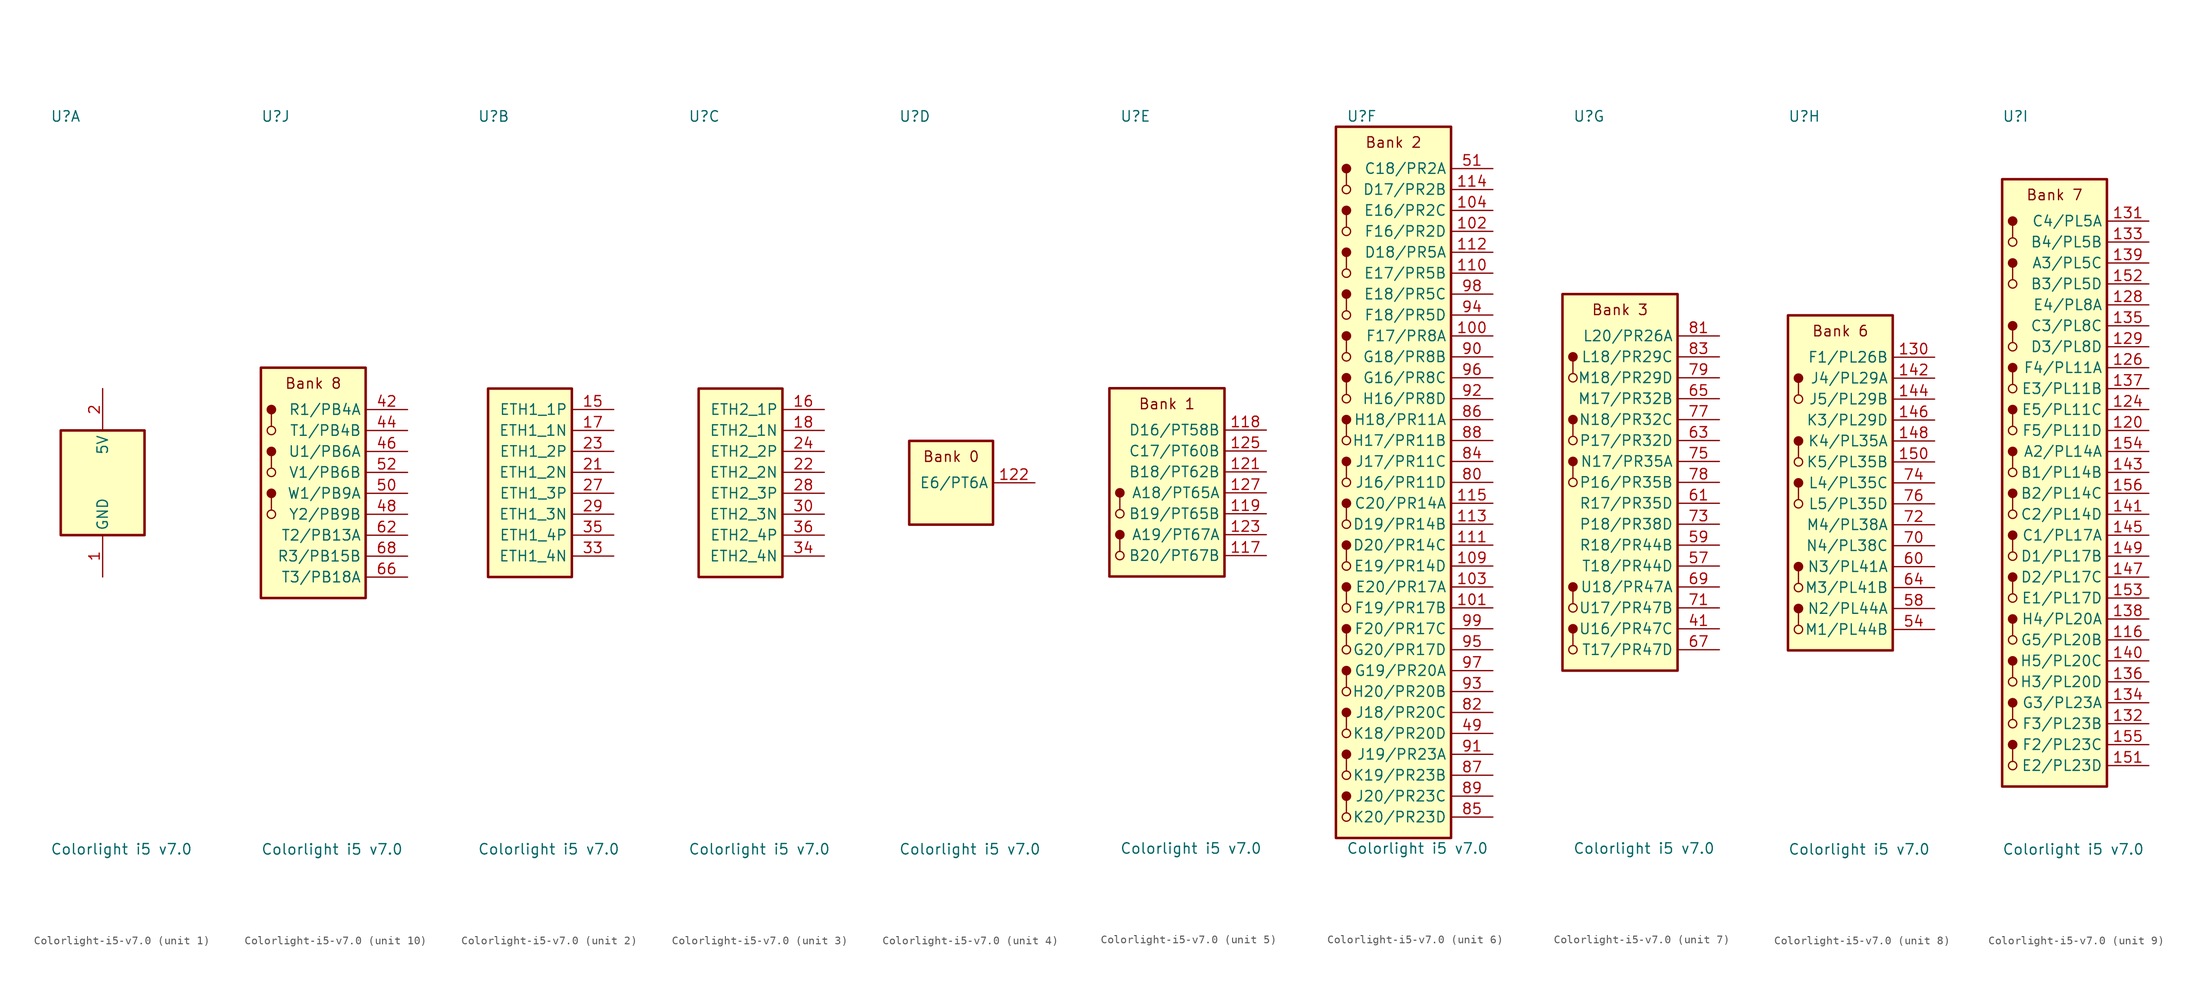
<source format=kicad_sym>
(kicad_symbol_lib
  (version 20231120)
  (generator "kicad_symbol_editor")
  (generator_version "8.0")
  (symbol "Colorlight-i5-v7.0"
    (property "Reference" "U"
      (at -6.35 44.45 0)
      (effects (font (size 1.27 1.27)) (justify left)))
    (property "Value" "Colorlight i5 v7.0"
      (at -6.35 -44.45 0)
      (effects (font (size 1.27 1.27)) (justify left)))
    (property "ki_locked" ""
      (at 0 0 0)
      (effects (font (size 1.27 1.27))))
    (symbol "Colorlight-i5-v7.0_1_1"
      (rectangle (start -5.08 6.35) (end 5.08 -6.35) (stroke (width 0.305) (type default)) (fill (type background)))
      (pin power_in line (at 0 -11.43 90) (length 5.08) (name "GND" (effects (font (size 1.27 1.27)))) (number "1" (effects (font (size 1.27 1.27)))))
      (pin passive line (at 0 11.43 270) (length 5.08) hide (name "5V" (effects (font (size 1.27 1.27)))) (number "10" (effects (font (size 1.27 1.27)))))
      (pin passive line (at 0 -11.43 90) (length 5.08) hide (name "GND" (effects (font (size 1.27 1.27)))) (number "105" (effects (font (size 1.27 1.27)))))
      (pin passive line (at 0 -11.43 90) (length 5.08) hide (name "GND" (effects (font (size 1.27 1.27)))) (number "106" (effects (font (size 1.27 1.27)))))
      (pin passive line (at 0 -11.43 90) (length 5.08) hide (name "GND" (effects (font (size 1.27 1.27)))) (number "107" (effects (font (size 1.27 1.27)))))
      (pin passive line (at 0 -11.43 90) (length 5.08) hide (name "GND" (effects (font (size 1.27 1.27)))) (number "108" (effects (font (size 1.27 1.27)))))
      (pin passive line (at 0 -11.43 90) (length 5.08) hide (name "GND" (effects (font (size 1.27 1.27)))) (number "11" (effects (font (size 1.27 1.27)))))
      (pin passive line (at 0 11.43 270) (length 5.08) hide (name "5V" (effects (font (size 1.27 1.27)))) (number "12" (effects (font (size 1.27 1.27)))))
      (pin no_connect line (at -5.08 0 0) (length 5.08) hide (name "NC" (effects (font (size 1.27 1.27)))) (number "13" (effects (font (size 1.27 1.27)))))
      (pin no_connect line (at -5.08 0 0) (length 5.08) hide (name "NC" (effects (font (size 1.27 1.27)))) (number "14" (effects (font (size 1.27 1.27)))))
      (pin passive line (at 0 -11.43 90) (length 5.08) hide (name "GND" (effects (font (size 1.27 1.27)))) (number "157" (effects (font (size 1.27 1.27)))))
      (pin passive line (at 0 -11.43 90) (length 5.08) hide (name "GND" (effects (font (size 1.27 1.27)))) (number "158" (effects (font (size 1.27 1.27)))))
      (pin no_connect line (at -5.08 0 0) (length 5.08) hide (name "NC" (effects (font (size 1.27 1.27)))) (number "159" (effects (font (size 1.27 1.27)))))
      (pin no_connect line (at -5.08 0 0) (length 5.08) hide (name "NC" (effects (font (size 1.27 1.27)))) (number "160" (effects (font (size 1.27 1.27)))))
      (pin no_connect line (at -5.08 0 0) (length 5.08) hide (name "NC" (effects (font (size 1.27 1.27)))) (number "161" (effects (font (size 1.27 1.27)))))
      (pin no_connect line (at -5.08 0 0) (length 5.08) hide (name "NC" (effects (font (size 1.27 1.27)))) (number "162" (effects (font (size 1.27 1.27)))))
      (pin no_connect line (at -5.08 0 0) (length 5.08) hide (name "NC" (effects (font (size 1.27 1.27)))) (number "163" (effects (font (size 1.27 1.27)))))
      (pin no_connect line (at -5.08 0 0) (length 5.08) hide (name "NC" (effects (font (size 1.27 1.27)))) (number "164" (effects (font (size 1.27 1.27)))))
      (pin no_connect line (at -5.08 0 0) (length 5.08) hide (name "NC" (effects (font (size 1.27 1.27)))) (number "165" (effects (font (size 1.27 1.27)))))
      (pin no_connect line (at -5.08 0 0) (length 5.08) hide (name "NC" (effects (font (size 1.27 1.27)))) (number "166" (effects (font (size 1.27 1.27)))))
      (pin no_connect line (at -5.08 0 0) (length 5.08) hide (name "NC" (effects (font (size 1.27 1.27)))) (number "167" (effects (font (size 1.27 1.27)))))
      (pin no_connect line (at -5.08 0 0) (length 5.08) hide (name "NC" (effects (font (size 1.27 1.27)))) (number "168" (effects (font (size 1.27 1.27)))))
      (pin no_connect line (at -5.08 0 0) (length 5.08) hide (name "NC" (effects (font (size 1.27 1.27)))) (number "169" (effects (font (size 1.27 1.27)))))
      (pin no_connect line (at -5.08 0 0) (length 5.08) hide (name "NC" (effects (font (size 1.27 1.27)))) (number "170" (effects (font (size 1.27 1.27)))))
      (pin no_connect line (at -5.08 0 0) (length 5.08) hide (name "NC" (effects (font (size 1.27 1.27)))) (number "171" (effects (font (size 1.27 1.27)))))
      (pin no_connect line (at -5.08 0 0) (length 5.08) hide (name "NC" (effects (font (size 1.27 1.27)))) (number "172" (effects (font (size 1.27 1.27)))))
      (pin no_connect line (at -5.08 0 0) (length 5.08) hide (name "NC" (effects (font (size 1.27 1.27)))) (number "173" (effects (font (size 1.27 1.27)))))
      (pin no_connect line (at -5.08 0 0) (length 5.08) hide (name "NC" (effects (font (size 1.27 1.27)))) (number "174" (effects (font (size 1.27 1.27)))))
      (pin no_connect line (at -5.08 0 0) (length 5.08) hide (name "NC" (effects (font (size 1.27 1.27)))) (number "175" (effects (font (size 1.27 1.27)))))
      (pin no_connect line (at -5.08 0 0) (length 5.08) hide (name "NC" (effects (font (size 1.27 1.27)))) (number "176" (effects (font (size 1.27 1.27)))))
      (pin no_connect line (at -5.08 0 0) (length 5.08) hide (name "NC" (effects (font (size 1.27 1.27)))) (number "177" (effects (font (size 1.27 1.27)))))
      (pin no_connect line (at -5.08 0 0) (length 5.08) hide (name "NC" (effects (font (size 1.27 1.27)))) (number "178" (effects (font (size 1.27 1.27)))))
      (pin no_connect line (at -5.08 0 0) (length 5.08) hide (name "NC" (effects (font (size 1.27 1.27)))) (number "179" (effects (font (size 1.27 1.27)))))
      (pin no_connect line (at -5.08 0 0) (length 5.08) hide (name "NC" (effects (font (size 1.27 1.27)))) (number "180" (effects (font (size 1.27 1.27)))))
      (pin no_connect line (at -5.08 0 0) (length 5.08) hide (name "NC" (effects (font (size 1.27 1.27)))) (number "181" (effects (font (size 1.27 1.27)))))
      (pin no_connect line (at -5.08 0 0) (length 5.08) hide (name "NC" (effects (font (size 1.27 1.27)))) (number "182" (effects (font (size 1.27 1.27)))))
      (pin no_connect line (at -5.08 0 0) (length 5.08) hide (name "NC" (effects (font (size 1.27 1.27)))) (number "183" (effects (font (size 1.27 1.27)))))
      (pin no_connect line (at -5.08 0 0) (length 5.08) hide (name "NC" (effects (font (size 1.27 1.27)))) (number "184" (effects (font (size 1.27 1.27)))))
      (pin no_connect line (at -5.08 0 0) (length 5.08) hide (name "NC" (effects (font (size 1.27 1.27)))) (number "185" (effects (font (size 1.27 1.27)))))
      (pin no_connect line (at -5.08 0 0) (length 5.08) hide (name "NC" (effects (font (size 1.27 1.27)))) (number "186" (effects (font (size 1.27 1.27)))))
      (pin no_connect line (at -5.08 0 0) (length 5.08) hide (name "NC" (effects (font (size 1.27 1.27)))) (number "187" (effects (font (size 1.27 1.27)))))
      (pin no_connect line (at -5.08 0 0) (length 5.08) hide (name "NC" (effects (font (size 1.27 1.27)))) (number "188" (effects (font (size 1.27 1.27)))))
      (pin no_connect line (at -5.08 0 0) (length 5.08) hide (name "NC" (effects (font (size 1.27 1.27)))) (number "189" (effects (font (size 1.27 1.27)))))
      (pin no_connect line (at -5.08 0 0) (length 5.08) hide (name "NC" (effects (font (size 1.27 1.27)))) (number "19" (effects (font (size 1.27 1.27)))))
      (pin no_connect line (at -5.08 0 0) (length 5.08) hide (name "NC" (effects (font (size 1.27 1.27)))) (number "190" (effects (font (size 1.27 1.27)))))
      (pin no_connect line (at -5.08 0 0) (length 5.08) hide (name "NC" (effects (font (size 1.27 1.27)))) (number "191" (effects (font (size 1.27 1.27)))))
      (pin no_connect line (at -5.08 0 0) (length 5.08) hide (name "NC" (effects (font (size 1.27 1.27)))) (number "192" (effects (font (size 1.27 1.27)))))
      (pin no_connect line (at -5.08 0 0) (length 5.08) hide (name "NC" (effects (font (size 1.27 1.27)))) (number "193" (effects (font (size 1.27 1.27)))))
      (pin no_connect line (at -5.08 0 0) (length 5.08) hide (name "NC" (effects (font (size 1.27 1.27)))) (number "194" (effects (font (size 1.27 1.27)))))
      (pin no_connect line (at -5.08 0 0) (length 5.08) hide (name "NC" (effects (font (size 1.27 1.27)))) (number "195" (effects (font (size 1.27 1.27)))))
      (pin no_connect line (at -5.08 0 0) (length 5.08) hide (name "NC" (effects (font (size 1.27 1.27)))) (number "196" (effects (font (size 1.27 1.27)))))
      (pin no_connect line (at -5.08 0 0) (length 5.08) hide (name "NC" (effects (font (size 1.27 1.27)))) (number "197" (effects (font (size 1.27 1.27)))))
      (pin no_connect line (at -5.08 0 0) (length 5.08) hide (name "NC" (effects (font (size 1.27 1.27)))) (number "198" (effects (font (size 1.27 1.27)))))
      (pin passive line (at 0 -11.43 90) (length 5.08) hide (name "GND" (effects (font (size 1.27 1.27)))) (number "199" (effects (font (size 1.27 1.27)))))
      (pin power_in line (at 0 11.43 270) (length 5.08) (name "5V" (effects (font (size 1.27 1.27)))) (number "2" (effects (font (size 1.27 1.27)))))
      (pin no_connect line (at -5.08 0 0) (length 5.08) hide (name "NC" (effects (font (size 1.27 1.27)))) (number "20" (effects (font (size 1.27 1.27)))))
      (pin passive line (at 0 -11.43 90) (length 5.08) hide (name "GND" (effects (font (size 1.27 1.27)))) (number "200" (effects (font (size 1.27 1.27)))))
      (pin no_connect line (at -5.08 0 0) (length 5.08) hide (name "NC" (effects (font (size 1.27 1.27)))) (number "25" (effects (font (size 1.27 1.27)))))
      (pin no_connect line (at -5.08 0 0) (length 5.08) hide (name "NC" (effects (font (size 1.27 1.27)))) (number "26" (effects (font (size 1.27 1.27)))))
      (pin passive line (at 0 -11.43 90) (length 5.08) hide (name "GND" (effects (font (size 1.27 1.27)))) (number "3" (effects (font (size 1.27 1.27)))))
      (pin no_connect line (at -5.08 0 0) (length 5.08) hide (name "NC" (effects (font (size 1.27 1.27)))) (number "31" (effects (font (size 1.27 1.27)))))
      (pin no_connect line (at -5.08 0 0) (length 5.08) hide (name "NC" (effects (font (size 1.27 1.27)))) (number "32" (effects (font (size 1.27 1.27)))))
      (pin no_connect line (at -5.08 0 0) (length 5.08) hide (name "NC" (effects (font (size 1.27 1.27)))) (number "37" (effects (font (size 1.27 1.27)))))
      (pin no_connect line (at -5.08 0 0) (length 5.08) hide (name "NC" (effects (font (size 1.27 1.27)))) (number "38" (effects (font (size 1.27 1.27)))))
      (pin passive line (at 0 -11.43 90) (length 5.08) hide (name "GND" (effects (font (size 1.27 1.27)))) (number "39" (effects (font (size 1.27 1.27)))))
      (pin passive line (at 0 11.43 270) (length 5.08) hide (name "5V" (effects (font (size 1.27 1.27)))) (number "4" (effects (font (size 1.27 1.27)))))
      (pin passive line (at 0 -11.43 90) (length 5.08) hide (name "GND" (effects (font (size 1.27 1.27)))) (number "40" (effects (font (size 1.27 1.27)))))
      (pin no_connect line (at -5.08 0 0) (length 5.08) hide (name "NC" (effects (font (size 1.27 1.27)))) (number "43" (effects (font (size 1.27 1.27)))))
      (pin no_connect line (at -5.08 0 0) (length 5.08) hide (name "NC" (effects (font (size 1.27 1.27)))) (number "45" (effects (font (size 1.27 1.27)))))
      (pin no_connect line (at -5.08 0 0) (length 5.08) hide (name "NC" (effects (font (size 1.27 1.27)))) (number "47" (effects (font (size 1.27 1.27)))))
      (pin passive line (at 0 -11.43 90) (length 5.08) hide (name "GND" (effects (font (size 1.27 1.27)))) (number "5" (effects (font (size 1.27 1.27)))))
      (pin no_connect line (at -5.08 0 0) (length 5.08) hide (name "NC" (effects (font (size 1.27 1.27)))) (number "53" (effects (font (size 1.27 1.27)))))
      (pin passive line (at 0 -11.43 90) (length 5.08) hide (name "GND" (effects (font (size 1.27 1.27)))) (number "55" (effects (font (size 1.27 1.27)))))
      (pin passive line (at 0 -11.43 90) (length 5.08) hide (name "GND" (effects (font (size 1.27 1.27)))) (number "56" (effects (font (size 1.27 1.27)))))
      (pin passive line (at 0 11.43 270) (length 5.08) hide (name "5V" (effects (font (size 1.27 1.27)))) (number "6" (effects (font (size 1.27 1.27)))))
      (pin passive line (at 0 -11.43 90) (length 5.08) hide (name "GND" (effects (font (size 1.27 1.27)))) (number "7" (effects (font (size 1.27 1.27)))))
      (pin passive line (at 0 11.43 270) (length 5.08) hide (name "5V" (effects (font (size 1.27 1.27)))) (number "8" (effects (font (size 1.27 1.27)))))
      (pin passive line (at 0 -11.43 90) (length 5.08) hide (name "GND" (effects (font (size 1.27 1.27)))) (number "9" (effects (font (size 1.27 1.27))))))
    (symbol "Colorlight-i5-v7.0_2_1"
      (rectangle (start -5.08 11.43) (end 5.08 -11.43) (stroke (width 0.305) (type default)) (fill (type background)))
      (pin bidirectional line (at 10.16 8.89 180) (length 5.08) (name "ETH1_1P" (effects (font (size 1.27 1.27)))) (number "15" (effects (font (size 1.27 1.27)))))
      (pin bidirectional line (at 10.16 6.35 180) (length 5.08) (name "ETH1_1N" (effects (font (size 1.27 1.27)))) (number "17" (effects (font (size 1.27 1.27)))))
      (pin bidirectional line (at 10.16 1.27 180) (length 5.08) (name "ETH1_2N" (effects (font (size 1.27 1.27)))) (number "21" (effects (font (size 1.27 1.27)))))
      (pin bidirectional line (at 10.16 3.81 180) (length 5.08) (name "ETH1_2P" (effects (font (size 1.27 1.27)))) (number "23" (effects (font (size 1.27 1.27)))))
      (pin bidirectional line (at 10.16 -1.27 180) (length 5.08) (name "ETH1_3P" (effects (font (size 1.27 1.27)))) (number "27" (effects (font (size 1.27 1.27)))))
      (pin bidirectional line (at 10.16 -3.81 180) (length 5.08) (name "ETH1_3N" (effects (font (size 1.27 1.27)))) (number "29" (effects (font (size 1.27 1.27)))))
      (pin bidirectional line (at 10.16 -8.89 180) (length 5.08) (name "ETH1_4N" (effects (font (size 1.27 1.27)))) (number "33" (effects (font (size 1.27 1.27)))))
      (pin bidirectional line (at 10.16 -6.35 180) (length 5.08) (name "ETH1_4P" (effects (font (size 1.27 1.27)))) (number "35" (effects (font (size 1.27 1.27))))))
    (symbol "Colorlight-i5-v7.0_3_1"
      (rectangle (start -5.08 11.43) (end 5.08 -11.43) (stroke (width 0.305) (type default)) (fill (type background)))
      (pin bidirectional line (at 10.16 8.89 180) (length 5.08) (name "ETH2_1P" (effects (font (size 1.27 1.27)))) (number "16" (effects (font (size 1.27 1.27)))))
      (pin bidirectional line (at 10.16 6.35 180) (length 5.08) (name "ETH2_1N" (effects (font (size 1.27 1.27)))) (number "18" (effects (font (size 1.27 1.27)))))
      (pin bidirectional line (at 10.16 1.27 180) (length 5.08) (name "ETH2_2N" (effects (font (size 1.27 1.27)))) (number "22" (effects (font (size 1.27 1.27)))))
      (pin bidirectional line (at 10.16 3.81 180) (length 5.08) (name "ETH2_2P" (effects (font (size 1.27 1.27)))) (number "24" (effects (font (size 1.27 1.27)))))
      (pin bidirectional line (at 10.16 -1.27 180) (length 5.08) (name "ETH2_3P" (effects (font (size 1.27 1.27)))) (number "28" (effects (font (size 1.27 1.27)))))
      (pin bidirectional line (at 10.16 -3.81 180) (length 5.08) (name "ETH2_3N" (effects (font (size 1.27 1.27)))) (number "30" (effects (font (size 1.27 1.27)))))
      (pin bidirectional line (at 10.16 -8.89 180) (length 5.08) (name "ETH2_4N" (effects (font (size 1.27 1.27)))) (number "34" (effects (font (size 1.27 1.27)))))
      (pin bidirectional line (at 10.16 -6.35 180) (length 5.08) (name "ETH2_4P" (effects (font (size 1.27 1.27)))) (number "36" (effects (font (size 1.27 1.27))))))
    (symbol "Colorlight-i5-v7.0_4_1"
      (rectangle (start -5.08 5.08) (end 5.08 -5.08) (stroke (width 0.305) (type default)) (fill (type background)))
      (text "Bank 0" (at 0 3.175 0) (effects (font (size 1.27 1.27))))
      (pin bidirectional line (at 10.16 0 180) (length 5.08) (name "E6/PT6A" (effects (font (size 1.27 1.27)))) (number "122" (effects (font (size 1.27 1.27))))))
    (symbol "Colorlight-i5-v7.0_5_1"
      (rectangle (start -7.62 11.43) (end 6.35 -11.43) (stroke (width 0.305) (type default)) (fill (type background)))
      (circle (center -6.35 -8.89) (radius 0.508) (stroke (width 0) (type default)) (fill (type background)))
      (circle (center -6.35 -6.35) (radius 0.508) (stroke (width 0) (type default)) (fill (type outline)))
      (circle (center -6.35 -3.81) (radius 0.508) (stroke (width 0) (type default)) (fill (type background)))
      (circle (center -6.35 -1.27) (radius 0.508) (stroke (width 0) (type default)) (fill (type outline)))
      (polyline (pts (xy -6.35 -8.382) (xy -6.35 -6.858)) (stroke (width 0) (type default)) (fill (type none)))
      (polyline (pts (xy -6.35 -3.302) (xy -6.35 -1.778)) (stroke (width 0) (type default)) (fill (type none)))
      (text "Bank 1" (at -0.635 9.525 0) (effects (font (size 1.27 1.27))))
      (pin bidirectional line (at 11.43 -8.89 180) (length 5.08) (name "B20/PT67B" (effects (font (size 1.27 1.27)))) (number "117" (effects (font (size 1.27 1.27)))))
      (pin bidirectional line (at 11.43 6.35 180) (length 5.08) (name "D16/PT58B" (effects (font (size 1.27 1.27)))) (number "118" (effects (font (size 1.27 1.27)))))
      (pin bidirectional line (at 11.43 -3.81 180) (length 5.08) (name "B19/PT65B" (effects (font (size 1.27 1.27)))) (number "119" (effects (font (size 1.27 1.27)))))
      (pin bidirectional line (at 11.43 1.27 180) (length 5.08) (name "B18/PT62B" (effects (font (size 1.27 1.27)))) (number "121" (effects (font (size 1.27 1.27)))))
      (pin bidirectional line (at 11.43 -6.35 180) (length 5.08) (name "A19/PT67A" (effects (font (size 1.27 1.27)))) (number "123" (effects (font (size 1.27 1.27)))))
      (pin bidirectional line (at 11.43 3.81 180) (length 5.08) (name "C17/PT60B" (effects (font (size 1.27 1.27)))) (number "125" (effects (font (size 1.27 1.27)))))
      (pin bidirectional line (at 11.43 -1.27 180) (length 5.08) (name "A18/PT65A" (effects (font (size 1.27 1.27)))) (number "127" (effects (font (size 1.27 1.27))))))
    (symbol "Colorlight-i5-v7.0_6_1"
      (rectangle (start -7.62 43.18) (end 6.35 -43.18) (stroke (width 0.305) (type default)) (fill (type background)))
      (circle (center -6.35 -40.64) (radius 0.508) (stroke (width 0) (type default)) (fill (type background)))
      (circle (center -6.35 -38.1) (radius 0.508) (stroke (width 0) (type default)) (fill (type outline)))
      (circle (center -6.35 -35.56) (radius 0.508) (stroke (width 0) (type default)) (fill (type background)))
      (circle (center -6.35 -33.02) (radius 0.508) (stroke (width 0) (type default)) (fill (type outline)))
      (circle (center -6.35 -30.48) (radius 0.508) (stroke (width 0) (type default)) (fill (type background)))
      (circle (center -6.35 -27.94) (radius 0.508) (stroke (width 0) (type default)) (fill (type outline)))
      (circle (center -6.35 -25.4) (radius 0.508) (stroke (width 0) (type default)) (fill (type background)))
      (circle (center -6.35 -22.86) (radius 0.508) (stroke (width 0) (type default)) (fill (type outline)))
      (circle (center -6.35 -20.32) (radius 0.508) (stroke (width 0) (type default)) (fill (type background)))
      (circle (center -6.35 -17.78) (radius 0.508) (stroke (width 0) (type default)) (fill (type outline)))
      (circle (center -6.35 -15.24) (radius 0.508) (stroke (width 0) (type default)) (fill (type background)))
      (circle (center -6.35 -12.7) (radius 0.508) (stroke (width 0) (type default)) (fill (type outline)))
      (circle (center -6.35 -10.16) (radius 0.508) (stroke (width 0) (type default)) (fill (type background)))
      (circle (center -6.35 -7.62) (radius 0.508) (stroke (width 0) (type default)) (fill (type outline)))
      (circle (center -6.35 -5.08) (radius 0.508) (stroke (width 0) (type default)) (fill (type background)))
      (circle (center -6.35 -2.54) (radius 0.508) (stroke (width 0) (type default)) (fill (type outline)))
      (circle (center -6.35 0) (radius 0.508) (stroke (width 0) (type default)) (fill (type background)))
      (circle (center -6.35 2.54) (radius 0.508) (stroke (width 0) (type default)) (fill (type outline)))
      (circle (center -6.35 5.08) (radius 0.508) (stroke (width 0) (type default)) (fill (type background)))
      (circle (center -6.35 7.62) (radius 0.508) (stroke (width 0) (type default)) (fill (type outline)))
      (circle (center -6.35 10.16) (radius 0.508) (stroke (width 0) (type default)) (fill (type background)))
      (circle (center -6.35 12.7) (radius 0.508) (stroke (width 0) (type default)) (fill (type outline)))
      (circle (center -6.35 15.24) (radius 0.508) (stroke (width 0) (type default)) (fill (type background)))
      (circle (center -6.35 17.78) (radius 0.508) (stroke (width 0) (type default)) (fill (type outline)))
      (circle (center -6.35 20.32) (radius 0.508) (stroke (width 0) (type default)) (fill (type background)))
      (circle (center -6.35 22.86) (radius 0.508) (stroke (width 0) (type default)) (fill (type outline)))
      (circle (center -6.35 25.4) (radius 0.508) (stroke (width 0) (type default)) (fill (type background)))
      (circle (center -6.35 27.94) (radius 0.508) (stroke (width 0) (type default)) (fill (type outline)))
      (circle (center -6.35 30.48) (radius 0.508) (stroke (width 0) (type default)) (fill (type background)))
      (circle (center -6.35 33.02) (radius 0.508) (stroke (width 0) (type default)) (fill (type outline)))
      (circle (center -6.35 35.56) (radius 0.508) (stroke (width 0) (type default)) (fill (type background)))
      (circle (center -6.35 38.1) (radius 0.508) (stroke (width 0) (type default)) (fill (type outline)))
      (polyline (pts (xy -6.35 -40.132) (xy -6.35 -38.608)) (stroke (width 0) (type default)) (fill (type none)))
      (polyline (pts (xy -6.35 -35.052) (xy -6.35 -33.528)) (stroke (width 0) (type default)) (fill (type none)))
      (polyline (pts (xy -6.35 -29.972) (xy -6.35 -28.448)) (stroke (width 0) (type default)) (fill (type none)))
      (polyline (pts (xy -6.35 -24.892) (xy -6.35 -23.368)) (stroke (width 0) (type default)) (fill (type none)))
      (polyline (pts (xy -6.35 -19.812) (xy -6.35 -18.288)) (stroke (width 0) (type default)) (fill (type none)))
      (polyline (pts (xy -6.35 -14.732) (xy -6.35 -13.208)) (stroke (width 0) (type default)) (fill (type none)))
      (polyline (pts (xy -6.35 -9.652) (xy -6.35 -8.128)) (stroke (width 0) (type default)) (fill (type none)))
      (polyline (pts (xy -6.35 -4.572) (xy -6.35 -3.048)) (stroke (width 0) (type default)) (fill (type none)))
      (polyline (pts (xy -6.35 0.508) (xy -6.35 2.032)) (stroke (width 0) (type default)) (fill (type none)))
      (polyline (pts (xy -6.35 5.588) (xy -6.35 7.112)) (stroke (width 0) (type default)) (fill (type none)))
      (polyline (pts (xy -6.35 10.668) (xy -6.35 12.192)) (stroke (width 0) (type default)) (fill (type none)))
      (polyline (pts (xy -6.35 15.748) (xy -6.35 17.272)) (stroke (width 0) (type default)) (fill (type none)))
      (polyline (pts (xy -6.35 20.828) (xy -6.35 22.352)) (stroke (width 0) (type default)) (fill (type none)))
      (polyline (pts (xy -6.35 25.908) (xy -6.35 27.432)) (stroke (width 0) (type default)) (fill (type none)))
      (polyline (pts (xy -6.35 30.988) (xy -6.35 32.512)) (stroke (width 0) (type default)) (fill (type none)))
      (polyline (pts (xy -6.35 36.068) (xy -6.35 37.592)) (stroke (width 0) (type default)) (fill (type none)))
      (text "Bank 2" (at -0.635 41.275 0) (effects (font (size 1.27 1.27))))
      (pin bidirectional line (at 11.43 17.78 180) (length 5.08) (name "F17/PR8A" (effects (font (size 1.27 1.27)))) (number "100" (effects (font (size 1.27 1.27)))))
      (pin bidirectional line (at 11.43 -15.24 180) (length 5.08) (name "F19/PR17B" (effects (font (size 1.27 1.27)))) (number "101" (effects (font (size 1.27 1.27)))))
      (pin bidirectional line (at 11.43 30.48 180) (length 5.08) (name "F16/PR2D" (effects (font (size 1.27 1.27)))) (number "102" (effects (font (size 1.27 1.27)))))
      (pin bidirectional line (at 11.43 -12.7 180) (length 5.08) (name "E20/PR17A" (effects (font (size 1.27 1.27)))) (number "103" (effects (font (size 1.27 1.27)))))
      (pin bidirectional line (at 11.43 33.02 180) (length 5.08) (name "E16/PR2C" (effects (font (size 1.27 1.27)))) (number "104" (effects (font (size 1.27 1.27)))))
      (pin bidirectional line (at 11.43 -10.16 180) (length 5.08) (name "E19/PR14D" (effects (font (size 1.27 1.27)))) (number "109" (effects (font (size 1.27 1.27)))))
      (pin bidirectional line (at 11.43 25.4 180) (length 5.08) (name "E17/PR5B" (effects (font (size 1.27 1.27)))) (number "110" (effects (font (size 1.27 1.27)))))
      (pin bidirectional line (at 11.43 -7.62 180) (length 5.08) (name "D20/PR14C" (effects (font (size 1.27 1.27)))) (number "111" (effects (font (size 1.27 1.27)))))
      (pin bidirectional line (at 11.43 27.94 180) (length 5.08) (name "D18/PR5A" (effects (font (size 1.27 1.27)))) (number "112" (effects (font (size 1.27 1.27)))))
      (pin bidirectional line (at 11.43 -5.08 180) (length 5.08) (name "D19/PR14B" (effects (font (size 1.27 1.27)))) (number "113" (effects (font (size 1.27 1.27)))))
      (pin bidirectional line (at 11.43 35.56 180) (length 5.08) (name "D17/PR2B" (effects (font (size 1.27 1.27)))) (number "114" (effects (font (size 1.27 1.27)))))
      (pin bidirectional line (at 11.43 -2.54 180) (length 5.08) (name "C20/PR14A" (effects (font (size 1.27 1.27)))) (number "115" (effects (font (size 1.27 1.27)))))
      (pin bidirectional line (at 11.43 -30.48 180) (length 5.08) (name "K18/PR20D" (effects (font (size 1.27 1.27)))) (number "49" (effects (font (size 1.27 1.27)))))
      (pin bidirectional line (at 11.43 38.1 180) (length 5.08) (name "C18/PR2A" (effects (font (size 1.27 1.27)))) (number "51" (effects (font (size 1.27 1.27)))))
      (pin bidirectional line (at 11.43 0 180) (length 5.08) (name "J16/PR11D" (effects (font (size 1.27 1.27)))) (number "80" (effects (font (size 1.27 1.27)))))
      (pin bidirectional line (at 11.43 -27.94 180) (length 5.08) (name "J18/PR20C" (effects (font (size 1.27 1.27)))) (number "82" (effects (font (size 1.27 1.27)))))
      (pin bidirectional line (at 11.43 2.54 180) (length 5.08) (name "J17/PR11C" (effects (font (size 1.27 1.27)))) (number "84" (effects (font (size 1.27 1.27)))))
      (pin bidirectional line (at 11.43 -40.64 180) (length 5.08) (name "K20/PR23D" (effects (font (size 1.27 1.27)))) (number "85" (effects (font (size 1.27 1.27)))))
      (pin bidirectional line (at 11.43 7.62 180) (length 5.08) (name "H18/PR11A" (effects (font (size 1.27 1.27)))) (number "86" (effects (font (size 1.27 1.27)))))
      (pin bidirectional line (at 11.43 -35.56 180) (length 5.08) (name "K19/PR23B" (effects (font (size 1.27 1.27)))) (number "87" (effects (font (size 1.27 1.27)))))
      (pin bidirectional line (at 11.43 5.08 180) (length 5.08) (name "H17/PR11B" (effects (font (size 1.27 1.27)))) (number "88" (effects (font (size 1.27 1.27)))))
      (pin bidirectional line (at 11.43 -38.1 180) (length 5.08) (name "J20/PR23C" (effects (font (size 1.27 1.27)))) (number "89" (effects (font (size 1.27 1.27)))))
      (pin bidirectional line (at 11.43 15.24 180) (length 5.08) (name "G18/PR8B" (effects (font (size 1.27 1.27)))) (number "90" (effects (font (size 1.27 1.27)))))
      (pin bidirectional line (at 11.43 -33.02 180) (length 5.08) (name "J19/PR23A" (effects (font (size 1.27 1.27)))) (number "91" (effects (font (size 1.27 1.27)))))
      (pin bidirectional line (at 11.43 10.16 180) (length 5.08) (name "H16/PR8D" (effects (font (size 1.27 1.27)))) (number "92" (effects (font (size 1.27 1.27)))))
      (pin bidirectional line (at 11.43 -25.4 180) (length 5.08) (name "H20/PR20B" (effects (font (size 1.27 1.27)))) (number "93" (effects (font (size 1.27 1.27)))))
      (pin bidirectional line (at 11.43 20.32 180) (length 5.08) (name "F18/PR5D" (effects (font (size 1.27 1.27)))) (number "94" (effects (font (size 1.27 1.27)))))
      (pin bidirectional line (at 11.43 -20.32 180) (length 5.08) (name "G20/PR17D" (effects (font (size 1.27 1.27)))) (number "95" (effects (font (size 1.27 1.27)))))
      (pin bidirectional line (at 11.43 12.7 180) (length 5.08) (name "G16/PR8C" (effects (font (size 1.27 1.27)))) (number "96" (effects (font (size 1.27 1.27)))))
      (pin bidirectional line (at 11.43 -22.86 180) (length 5.08) (name "G19/PR20A" (effects (font (size 1.27 1.27)))) (number "97" (effects (font (size 1.27 1.27)))))
      (pin bidirectional line (at 11.43 22.86 180) (length 5.08) (name "E18/PR5C" (effects (font (size 1.27 1.27)))) (number "98" (effects (font (size 1.27 1.27)))))
      (pin bidirectional line (at 11.43 -17.78 180) (length 5.08) (name "F20/PR17C" (effects (font (size 1.27 1.27)))) (number "99" (effects (font (size 1.27 1.27))))))
    (symbol "Colorlight-i5-v7.0_7_1"
      (rectangle (start -7.62 22.86) (end 6.35 -22.86) (stroke (width 0.305) (type default)) (fill (type background)))
      (circle (center -6.35 -20.32) (radius 0.508) (stroke (width 0) (type default)) (fill (type background)))
      (circle (center -6.35 -17.78) (radius 0.508) (stroke (width 0) (type default)) (fill (type outline)))
      (circle (center -6.35 -15.24) (radius 0.508) (stroke (width 0) (type default)) (fill (type background)))
      (circle (center -6.35 -12.7) (radius 0.508) (stroke (width 0) (type default)) (fill (type outline)))
      (circle (center -6.35 0) (radius 0.508) (stroke (width 0) (type default)) (fill (type background)))
      (circle (center -6.35 2.54) (radius 0.508) (stroke (width 0) (type default)) (fill (type outline)))
      (circle (center -6.35 5.08) (radius 0.508) (stroke (width 0) (type default)) (fill (type background)))
      (circle (center -6.35 7.62) (radius 0.508) (stroke (width 0) (type default)) (fill (type outline)))
      (circle (center -6.35 12.7) (radius 0.508) (stroke (width 0) (type default)) (fill (type background)))
      (circle (center -6.35 15.24) (radius 0.508) (stroke (width 0) (type default)) (fill (type outline)))
      (polyline (pts (xy -6.35 -19.812) (xy -6.35 -18.288)) (stroke (width 0) (type default)) (fill (type none)))
      (polyline (pts (xy -6.35 -14.732) (xy -6.35 -13.208)) (stroke (width 0) (type default)) (fill (type none)))
      (polyline (pts (xy -6.35 0.508) (xy -6.35 2.032)) (stroke (width 0) (type default)) (fill (type none)))
      (polyline (pts (xy -6.35 5.588) (xy -6.35 7.112)) (stroke (width 0) (type default)) (fill (type none)))
      (polyline (pts (xy -6.35 13.208) (xy -6.35 14.732)) (stroke (width 0) (type default)) (fill (type none)))
      (text "Bank 3" (at -0.635 20.955 0) (effects (font (size 1.27 1.27))))
      (pin bidirectional line (at 11.43 -17.78 180) (length 5.08) (name "U16/PR47C" (effects (font (size 1.27 1.27)))) (number "41" (effects (font (size 1.27 1.27)))))
      (pin bidirectional line (at 11.43 -10.16 180) (length 5.08) (name "T18/PR44D" (effects (font (size 1.27 1.27)))) (number "57" (effects (font (size 1.27 1.27)))))
      (pin bidirectional line (at 11.43 -7.62 180) (length 5.08) (name "R18/PR44B" (effects (font (size 1.27 1.27)))) (number "59" (effects (font (size 1.27 1.27)))))
      (pin bidirectional line (at 11.43 -2.54 180) (length 5.08) (name "R17/PR35D" (effects (font (size 1.27 1.27)))) (number "61" (effects (font (size 1.27 1.27)))))
      (pin bidirectional line (at 11.43 5.08 180) (length 5.08) (name "P17/PR32D" (effects (font (size 1.27 1.27)))) (number "63" (effects (font (size 1.27 1.27)))))
      (pin bidirectional line (at 11.43 10.16 180) (length 5.08) (name "M17/PR32B" (effects (font (size 1.27 1.27)))) (number "65" (effects (font (size 1.27 1.27)))))
      (pin bidirectional line (at 11.43 -20.32 180) (length 5.08) (name "T17/PR47D" (effects (font (size 1.27 1.27)))) (number "67" (effects (font (size 1.27 1.27)))))
      (pin bidirectional line (at 11.43 -12.7 180) (length 5.08) (name "U18/PR47A" (effects (font (size 1.27 1.27)))) (number "69" (effects (font (size 1.27 1.27)))))
      (pin bidirectional line (at 11.43 -15.24 180) (length 5.08) (name "U17/PR47B" (effects (font (size 1.27 1.27)))) (number "71" (effects (font (size 1.27 1.27)))))
      (pin bidirectional line (at 11.43 -5.08 180) (length 5.08) (name "P18/PR38D" (effects (font (size 1.27 1.27)))) (number "73" (effects (font (size 1.27 1.27)))))
      (pin bidirectional line (at 11.43 2.54 180) (length 5.08) (name "N17/PR35A" (effects (font (size 1.27 1.27)))) (number "75" (effects (font (size 1.27 1.27)))))
      (pin bidirectional line (at 11.43 7.62 180) (length 5.08) (name "N18/PR32C" (effects (font (size 1.27 1.27)))) (number "77" (effects (font (size 1.27 1.27)))))
      (pin bidirectional line (at 11.43 0 180) (length 5.08) (name "P16/PR35B" (effects (font (size 1.27 1.27)))) (number "78" (effects (font (size 1.27 1.27)))))
      (pin bidirectional line (at 11.43 12.7 180) (length 5.08) (name "M18/PR29D" (effects (font (size 1.27 1.27)))) (number "79" (effects (font (size 1.27 1.27)))))
      (pin bidirectional line (at 11.43 17.78 180) (length 5.08) (name "L20/PR26A" (effects (font (size 1.27 1.27)))) (number "81" (effects (font (size 1.27 1.27)))))
      (pin bidirectional line (at 11.43 15.24 180) (length 5.08) (name "L18/PR29C" (effects (font (size 1.27 1.27)))) (number "83" (effects (font (size 1.27 1.27))))))
    (symbol "Colorlight-i5-v7.0_8_1"
      (rectangle (start -6.35 20.32) (end 6.35 -20.32) (stroke (width 0.305) (type default)) (fill (type background)))
      (circle (center -5.08 -17.78) (radius 0.508) (stroke (width 0) (type default)) (fill (type background)))
      (circle (center -5.08 -15.24) (radius 0.508) (stroke (width 0) (type default)) (fill (type outline)))
      (circle (center -5.08 -12.7) (radius 0.508) (stroke (width 0) (type default)) (fill (type background)))
      (circle (center -5.08 -10.16) (radius 0.508) (stroke (width 0) (type default)) (fill (type outline)))
      (circle (center -5.08 -2.54) (radius 0.508) (stroke (width 0) (type default)) (fill (type background)))
      (circle (center -5.08 0) (radius 0.508) (stroke (width 0) (type default)) (fill (type outline)))
      (circle (center -5.08 2.54) (radius 0.508) (stroke (width 0) (type default)) (fill (type background)))
      (circle (center -5.08 5.08) (radius 0.508) (stroke (width 0) (type default)) (fill (type outline)))
      (circle (center -5.08 10.16) (radius 0.508) (stroke (width 0) (type default)) (fill (type background)))
      (circle (center -5.08 12.7) (radius 0.508) (stroke (width 0) (type default)) (fill (type outline)))
      (polyline (pts (xy -5.08 -17.272) (xy -5.08 -15.748)) (stroke (width 0) (type default)) (fill (type none)))
      (polyline (pts (xy -5.08 -12.192) (xy -5.08 -10.668)) (stroke (width 0) (type default)) (fill (type none)))
      (polyline (pts (xy -5.08 -2.032) (xy -5.08 -0.508)) (stroke (width 0) (type default)) (fill (type none)))
      (polyline (pts (xy -5.08 3.048) (xy -5.08 4.572)) (stroke (width 0) (type default)) (fill (type none)))
      (polyline (pts (xy -5.08 10.668) (xy -5.08 12.192)) (stroke (width 0) (type default)) (fill (type none)))
      (text "Bank 6" (at 0 18.415 0) (effects (font (size 1.27 1.27))))
      (pin bidirectional line (at 11.43 15.24 180) (length 5.08) (name "F1/PL26B" (effects (font (size 1.27 1.27)))) (number "130" (effects (font (size 1.27 1.27)))))
      (pin bidirectional line (at 11.43 12.7 180) (length 5.08) (name "J4/PL29A" (effects (font (size 1.27 1.27)))) (number "142" (effects (font (size 1.27 1.27)))))
      (pin bidirectional line (at 11.43 10.16 180) (length 5.08) (name "J5/PL29B" (effects (font (size 1.27 1.27)))) (number "144" (effects (font (size 1.27 1.27)))))
      (pin bidirectional line (at 11.43 7.62 180) (length 5.08) (name "K3/PL29D" (effects (font (size 1.27 1.27)))) (number "146" (effects (font (size 1.27 1.27)))))
      (pin bidirectional line (at 11.43 5.08 180) (length 5.08) (name "K4/PL35A" (effects (font (size 1.27 1.27)))) (number "148" (effects (font (size 1.27 1.27)))))
      (pin bidirectional line (at 11.43 2.54 180) (length 5.08) (name "K5/PL35B" (effects (font (size 1.27 1.27)))) (number "150" (effects (font (size 1.27 1.27)))))
      (pin bidirectional line (at 11.43 -17.78 180) (length 5.08) (name "M1/PL44B" (effects (font (size 1.27 1.27)))) (number "54" (effects (font (size 1.27 1.27)))))
      (pin bidirectional line (at 11.43 -15.24 180) (length 5.08) (name "N2/PL44A" (effects (font (size 1.27 1.27)))) (number "58" (effects (font (size 1.27 1.27)))))
      (pin bidirectional line (at 11.43 -10.16 180) (length 5.08) (name "N3/PL41A" (effects (font (size 1.27 1.27)))) (number "60" (effects (font (size 1.27 1.27)))))
      (pin bidirectional line (at 11.43 -12.7 180) (length 5.08) (name "M3/PL41B" (effects (font (size 1.27 1.27)))) (number "64" (effects (font (size 1.27 1.27)))))
      (pin bidirectional line (at 11.43 -7.62 180) (length 5.08) (name "N4/PL38C" (effects (font (size 1.27 1.27)))) (number "70" (effects (font (size 1.27 1.27)))))
      (pin bidirectional line (at 11.43 -5.08 180) (length 5.08) (name "M4/PL38A" (effects (font (size 1.27 1.27)))) (number "72" (effects (font (size 1.27 1.27)))))
      (pin bidirectional line (at 11.43 0 180) (length 5.08) (name "L4/PL35C" (effects (font (size 1.27 1.27)))) (number "74" (effects (font (size 1.27 1.27)))))
      (pin bidirectional line (at 11.43 -2.54 180) (length 5.08) (name "L5/PL35D" (effects (font (size 1.27 1.27)))) (number "76" (effects (font (size 1.27 1.27))))))
    (symbol "Colorlight-i5-v7.0_9_1"
      (rectangle (start -6.35 36.83) (end 6.35 -36.83) (stroke (width 0.305) (type default)) (fill (type background)))
      (circle (center -5.08 -34.29) (radius 0.508) (stroke (width 0) (type default)) (fill (type background)))
      (circle (center -5.08 -31.75) (radius 0.508) (stroke (width 0) (type default)) (fill (type outline)))
      (circle (center -5.08 -29.21) (radius 0.508) (stroke (width 0) (type default)) (fill (type background)))
      (circle (center -5.08 -26.67) (radius 0.508) (stroke (width 0) (type default)) (fill (type outline)))
      (circle (center -5.08 -24.13) (radius 0.508) (stroke (width 0) (type default)) (fill (type background)))
      (circle (center -5.08 -21.59) (radius 0.508) (stroke (width 0) (type default)) (fill (type outline)))
      (circle (center -5.08 -19.05) (radius 0.508) (stroke (width 0) (type default)) (fill (type background)))
      (circle (center -5.08 -16.51) (radius 0.508) (stroke (width 0) (type default)) (fill (type outline)))
      (circle (center -5.08 -13.97) (radius 0.508) (stroke (width 0) (type default)) (fill (type background)))
      (circle (center -5.08 -11.43) (radius 0.508) (stroke (width 0) (type default)) (fill (type outline)))
      (circle (center -5.08 -8.89) (radius 0.508) (stroke (width 0) (type default)) (fill (type background)))
      (circle (center -5.08 -6.35) (radius 0.508) (stroke (width 0) (type default)) (fill (type outline)))
      (circle (center -5.08 -3.81) (radius 0.508) (stroke (width 0) (type default)) (fill (type background)))
      (circle (center -5.08 -1.27) (radius 0.508) (stroke (width 0) (type default)) (fill (type outline)))
      (circle (center -5.08 1.27) (radius 0.508) (stroke (width 0) (type default)) (fill (type background)))
      (circle (center -5.08 3.81) (radius 0.508) (stroke (width 0) (type default)) (fill (type outline)))
      (circle (center -5.08 6.35) (radius 0.508) (stroke (width 0) (type default)) (fill (type background)))
      (circle (center -5.08 8.89) (radius 0.508) (stroke (width 0) (type default)) (fill (type outline)))
      (circle (center -5.08 11.43) (radius 0.508) (stroke (width 0) (type default)) (fill (type background)))
      (circle (center -5.08 13.97) (radius 0.508) (stroke (width 0) (type default)) (fill (type outline)))
      (circle (center -5.08 16.51) (radius 0.508) (stroke (width 0) (type default)) (fill (type background)))
      (circle (center -5.08 19.05) (radius 0.508) (stroke (width 0) (type default)) (fill (type outline)))
      (circle (center -5.08 24.13) (radius 0.508) (stroke (width 0) (type default)) (fill (type background)))
      (circle (center -5.08 26.67) (radius 0.508) (stroke (width 0) (type default)) (fill (type outline)))
      (circle (center -5.08 29.21) (radius 0.508) (stroke (width 0) (type default)) (fill (type background)))
      (circle (center -5.08 31.75) (radius 0.508) (stroke (width 0) (type default)) (fill (type outline)))
      (polyline (pts (xy -5.08 -33.782) (xy -5.08 -32.258)) (stroke (width 0) (type default)) (fill (type none)))
      (polyline (pts (xy -5.08 -28.702) (xy -5.08 -27.178)) (stroke (width 0) (type default)) (fill (type none)))
      (polyline (pts (xy -5.08 -23.622) (xy -5.08 -22.098)) (stroke (width 0) (type default)) (fill (type none)))
      (polyline (pts (xy -5.08 -18.542) (xy -5.08 -17.018)) (stroke (width 0) (type default)) (fill (type none)))
      (polyline (pts (xy -5.08 -13.462) (xy -5.08 -11.938)) (stroke (width 0) (type default)) (fill (type none)))
      (polyline (pts (xy -5.08 -8.382) (xy -5.08 -6.858)) (stroke (width 0) (type default)) (fill (type none)))
      (polyline (pts (xy -5.08 -3.302) (xy -5.08 -1.778)) (stroke (width 0) (type default)) (fill (type none)))
      (polyline (pts (xy -5.08 1.778) (xy -5.08 3.302)) (stroke (width 0) (type default)) (fill (type none)))
      (polyline (pts (xy -5.08 6.858) (xy -5.08 8.382)) (stroke (width 0) (type default)) (fill (type none)))
      (polyline (pts (xy -5.08 11.938) (xy -5.08 13.462)) (stroke (width 0) (type default)) (fill (type none)))
      (polyline (pts (xy -5.08 17.018) (xy -5.08 18.542)) (stroke (width 0) (type default)) (fill (type none)))
      (polyline (pts (xy -5.08 24.638) (xy -5.08 26.162)) (stroke (width 0) (type default)) (fill (type none)))
      (polyline (pts (xy -5.08 29.718) (xy -5.08 31.242)) (stroke (width 0) (type default)) (fill (type none)))
      (text "Bank 7" (at 0 34.925 0) (effects (font (size 1.27 1.27))))
      (pin bidirectional line (at 11.43 -19.05 180) (length 5.08) (name "G5/PL20B" (effects (font (size 1.27 1.27)))) (number "116" (effects (font (size 1.27 1.27)))))
      (pin bidirectional line (at 11.43 6.35 180) (length 5.08) (name "F5/PL11D" (effects (font (size 1.27 1.27)))) (number "120" (effects (font (size 1.27 1.27)))))
      (pin bidirectional line (at 11.43 8.89 180) (length 5.08) (name "E5/PL11C" (effects (font (size 1.27 1.27)))) (number "124" (effects (font (size 1.27 1.27)))))
      (pin bidirectional line (at 11.43 13.97 180) (length 5.08) (name "F4/PL11A" (effects (font (size 1.27 1.27)))) (number "126" (effects (font (size 1.27 1.27)))))
      (pin bidirectional line (at 11.43 21.59 180) (length 5.08) (name "E4/PL8A" (effects (font (size 1.27 1.27)))) (number "128" (effects (font (size 1.27 1.27)))))
      (pin bidirectional line (at 11.43 16.51 180) (length 5.08) (name "D3/PL8D" (effects (font (size 1.27 1.27)))) (number "129" (effects (font (size 1.27 1.27)))))
      (pin bidirectional line (at 11.43 31.75 180) (length 5.08) (name "C4/PL5A" (effects (font (size 1.27 1.27)))) (number "131" (effects (font (size 1.27 1.27)))))
      (pin bidirectional line (at 11.43 -29.21 180) (length 5.08) (name "F3/PL23B" (effects (font (size 1.27 1.27)))) (number "132" (effects (font (size 1.27 1.27)))))
      (pin bidirectional line (at 11.43 29.21 180) (length 5.08) (name "B4/PL5B" (effects (font (size 1.27 1.27)))) (number "133" (effects (font (size 1.27 1.27)))))
      (pin bidirectional line (at 11.43 -26.67 180) (length 5.08) (name "G3/PL23A" (effects (font (size 1.27 1.27)))) (number "134" (effects (font (size 1.27 1.27)))))
      (pin bidirectional line (at 11.43 19.05 180) (length 5.08) (name "C3/PL8C" (effects (font (size 1.27 1.27)))) (number "135" (effects (font (size 1.27 1.27)))))
      (pin bidirectional line (at 11.43 -24.13 180) (length 5.08) (name "H3/PL20D" (effects (font (size 1.27 1.27)))) (number "136" (effects (font (size 1.27 1.27)))))
      (pin bidirectional line (at 11.43 11.43 180) (length 5.08) (name "E3/PL11B" (effects (font (size 1.27 1.27)))) (number "137" (effects (font (size 1.27 1.27)))))
      (pin bidirectional line (at 11.43 -16.51 180) (length 5.08) (name "H4/PL20A" (effects (font (size 1.27 1.27)))) (number "138" (effects (font (size 1.27 1.27)))))
      (pin bidirectional line (at 11.43 26.67 180) (length 5.08) (name "A3/PL5C" (effects (font (size 1.27 1.27)))) (number "139" (effects (font (size 1.27 1.27)))))
      (pin bidirectional line (at 11.43 -21.59 180) (length 5.08) (name "H5/PL20C" (effects (font (size 1.27 1.27)))) (number "140" (effects (font (size 1.27 1.27)))))
      (pin bidirectional line (at 11.43 -3.81 180) (length 5.08) (name "C2/PL14D" (effects (font (size 1.27 1.27)))) (number "141" (effects (font (size 1.27 1.27)))))
      (pin bidirectional line (at 11.43 1.27 180) (length 5.08) (name "B1/PL14B" (effects (font (size 1.27 1.27)))) (number "143" (effects (font (size 1.27 1.27)))))
      (pin bidirectional line (at 11.43 -6.35 180) (length 5.08) (name "C1/PL17A" (effects (font (size 1.27 1.27)))) (number "145" (effects (font (size 1.27 1.27)))))
      (pin bidirectional line (at 11.43 -11.43 180) (length 5.08) (name "D2/PL17C" (effects (font (size 1.27 1.27)))) (number "147" (effects (font (size 1.27 1.27)))))
      (pin bidirectional line (at 11.43 -8.89 180) (length 5.08) (name "D1/PL17B" (effects (font (size 1.27 1.27)))) (number "149" (effects (font (size 1.27 1.27)))))
      (pin bidirectional line (at 11.43 -34.29 180) (length 5.08) (name "E2/PL23D" (effects (font (size 1.27 1.27)))) (number "151" (effects (font (size 1.27 1.27)))))
      (pin bidirectional line (at 11.43 24.13 180) (length 5.08) (name "B3/PL5D" (effects (font (size 1.27 1.27)))) (number "152" (effects (font (size 1.27 1.27)))))
      (pin bidirectional line (at 11.43 -13.97 180) (length 5.08) (name "E1/PL17D" (effects (font (size 1.27 1.27)))) (number "153" (effects (font (size 1.27 1.27)))))
      (pin bidirectional line (at 11.43 3.81 180) (length 5.08) (name "A2/PL14A" (effects (font (size 1.27 1.27)))) (number "154" (effects (font (size 1.27 1.27)))))
      (pin bidirectional line (at 11.43 -31.75 180) (length 5.08) (name "F2/PL23C" (effects (font (size 1.27 1.27)))) (number "155" (effects (font (size 1.27 1.27)))))
      (pin bidirectional line (at 11.43 -1.27 180) (length 5.08) (name "B2/PL14C" (effects (font (size 1.27 1.27)))) (number "156" (effects (font (size 1.27 1.27))))))
    (symbol "Colorlight-i5-v7.0_10_1"
      (rectangle (start -6.35 13.97) (end 6.35 -13.97) (stroke (width 0.305) (type default)) (fill (type background)))
      (circle (center -5.08 -3.81) (radius 0.508) (stroke (width 0) (type default)) (fill (type background)))
      (circle (center -5.08 -1.27) (radius 0.508) (stroke (width 0) (type default)) (fill (type outline)))
      (circle (center -5.08 1.27) (radius 0.508) (stroke (width 0) (type default)) (fill (type background)))
      (circle (center -5.08 3.81) (radius 0.508) (stroke (width 0) (type default)) (fill (type outline)))
      (circle (center -5.08 6.35) (radius 0.508) (stroke (width 0) (type default)) (fill (type background)))
      (circle (center -5.08 8.89) (radius 0.508) (stroke (width 0) (type default)) (fill (type outline)))
      (polyline (pts (xy -5.08 -3.302) (xy -5.08 -1.778)) (stroke (width 0) (type default)) (fill (type none)))
      (polyline (pts (xy -5.08 1.778) (xy -5.08 3.302)) (stroke (width 0) (type default)) (fill (type none)))
      (polyline (pts (xy -5.08 6.858) (xy -5.08 8.382)) (stroke (width 0) (type default)) (fill (type none)))
      (text "Bank 8" (at 0 12.065 0) (effects (font (size 1.27 1.27))))
      (pin bidirectional line (at 11.43 8.89 180) (length 5.08) (name "R1/PB4A" (effects (font (size 1.27 1.27)))) (number "42" (effects (font (size 1.27 1.27)))))
      (pin bidirectional line (at 11.43 6.35 180) (length 5.08) (name "T1/PB4B" (effects (font (size 1.27 1.27)))) (number "44" (effects (font (size 1.27 1.27)))))
      (pin bidirectional line (at 11.43 3.81 180) (length 5.08) (name "U1/PB6A" (effects (font (size 1.27 1.27)))) (number "46" (effects (font (size 1.27 1.27)))))
      (pin bidirectional line (at 11.43 -3.81 180) (length 5.08) (name "Y2/PB9B" (effects (font (size 1.27 1.27)))) (number "48" (effects (font (size 1.27 1.27)))))
      (pin bidirectional line (at 11.43 -1.27 180) (length 5.08) (name "W1/PB9A" (effects (font (size 1.27 1.27)))) (number "50" (effects (font (size 1.27 1.27)))))
      (pin bidirectional line (at 11.43 1.27 180) (length 5.08) (name "V1/PB6B" (effects (font (size 1.27 1.27)))) (number "52" (effects (font (size 1.27 1.27)))))
      (pin bidirectional line (at 11.43 -6.35 180) (length 5.08) (name "T2/PB13A" (effects (font (size 1.27 1.27)))) (number "62" (effects (font (size 1.27 1.27)))))
      (pin bidirectional line (at 11.43 -11.43 180) (length 5.08) (name "T3/PB18A" (effects (font (size 1.27 1.27)))) (number "66" (effects (font (size 1.27 1.27)))))
      (pin bidirectional line (at 11.43 -8.89 180) (length 5.08) (name "R3/PB15B" (effects (font (size 1.27 1.27)))) (number "68" (effects (font (size 1.27 1.27))))))))
</source>
